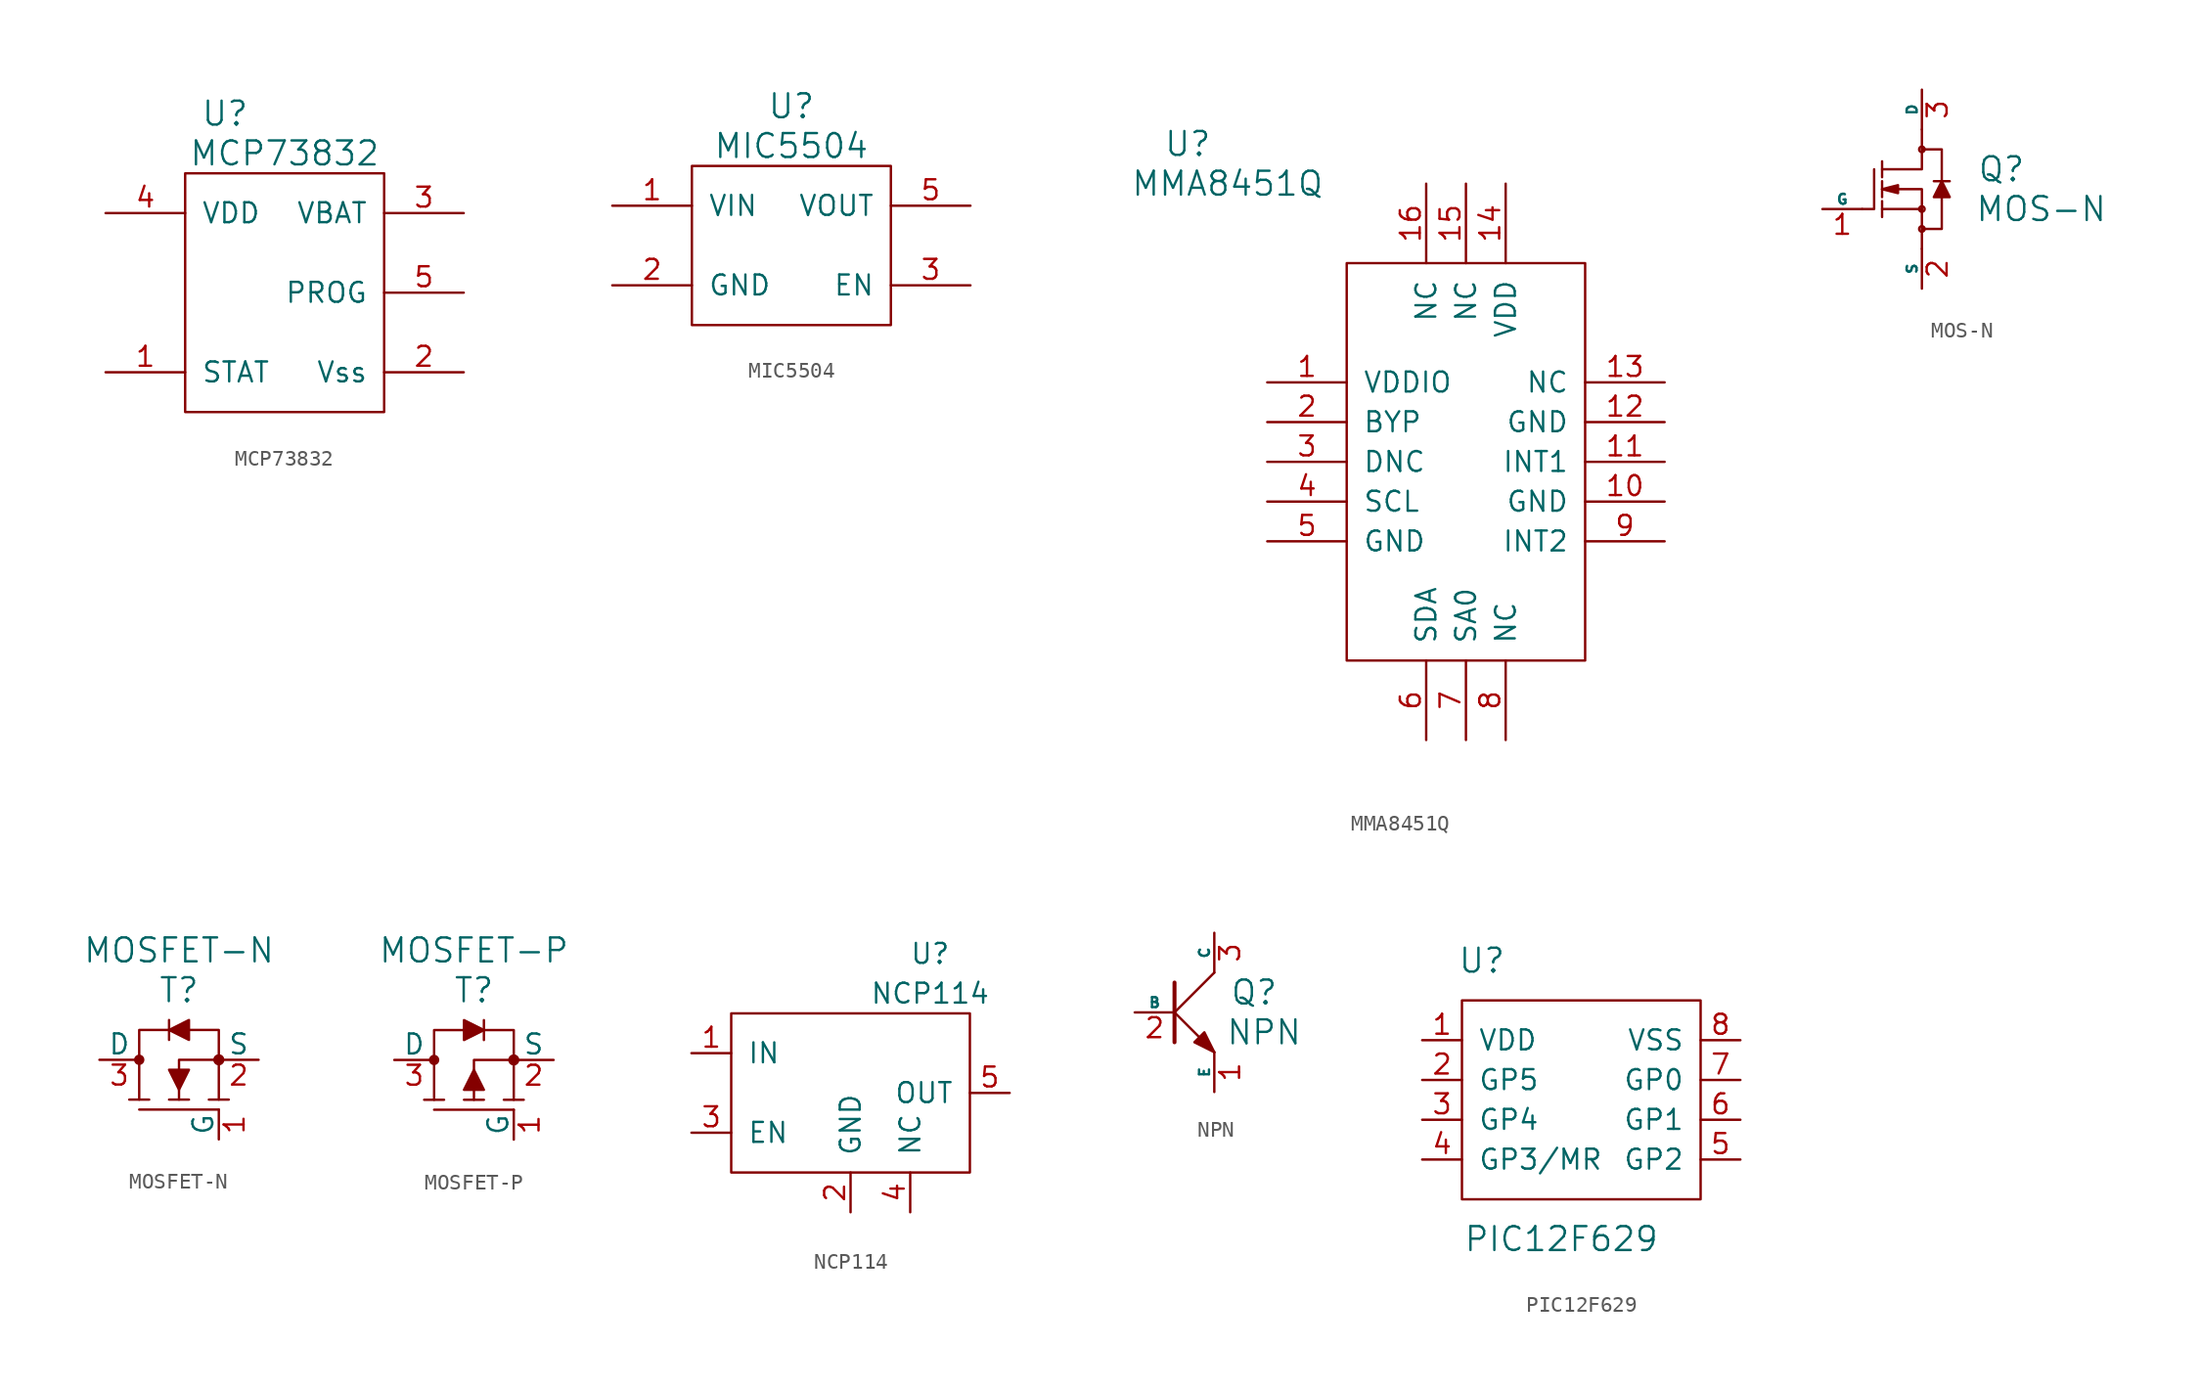
<source format=kicad_sym>
(kicad_symbol_lib
  (version 20211014)
  (generator kicad_symbol_editor)
  (symbol "MCP73832"
    (pin_names
      (offset 1.016))
    (property "Reference" "U"
      (at -3.81 11.43 0)
      (effects (font (size 1.524 1.524))))
    (property "Value" "MCP73832"
      (at 0 8.89 0)
      (effects (font (size 1.524 1.524))))
    (symbol "MCP73832_0_1"
      (rectangle (start 6.35 7.62) (end -6.35 -7.62) (stroke (width 0) (type default) (color 0 0 0 0)) (fill (type none))))
    (symbol "MCP73832_1_1"
      (pin open_emitter line (at -11.43 -5.08 0) (length 5.08) (name "STAT" (effects (font (size 1.27 1.27)))) (number "1" (effects (font (size 1.27 1.27)))))
      (pin power_in line (at 11.43 -5.08 180) (length 5.08) (name "Vss" (effects (font (size 1.27 1.27)))) (number "2" (effects (font (size 1.27 1.27)))))
      (pin passive line (at 11.43 5.08 180) (length 5.08) (name "VBAT" (effects (font (size 1.27 1.27)))) (number "3" (effects (font (size 1.27 1.27)))))
      (pin power_in line (at -11.43 5.08 0) (length 5.08) (name "VDD" (effects (font (size 1.27 1.27)))) (number "4" (effects (font (size 1.27 1.27)))))
      (pin input line (at 11.43 0 180) (length 5.08) (name "PROG" (effects (font (size 1.27 1.27)))) (number "5" (effects (font (size 1.27 1.27)))))))
  (symbol "MIC5504"
    (pin_names
      (offset 1.016))
    (property "Reference" "U"
      (at 0 8.89 0)
      (effects (font (size 1.524 1.524))))
    (property "Value" "MIC5504"
      (at 0 6.35 0)
      (effects (font (size 1.524 1.524))))
    (symbol "MIC5504_0_1"
      (rectangle (start 6.35 5.08) (end -6.35 -5.08) (stroke (width 0) (type default) (color 0 0 0 0)) (fill (type none))))
    (symbol "MIC5504_1_1"
      (pin input line (at -11.43 2.54 0) (length 5.08) (name "VIN" (effects (font (size 1.27 1.27)))) (number "1" (effects (font (size 1.27 1.27)))))
      (pin power_in line (at -11.43 -2.54 0) (length 5.08) (name "GND~{}" (effects (font (size 1.27 1.27)))) (number "2" (effects (font (size 1.27 1.27)))))
      (pin input line (at 11.43 -2.54 180) (length 5.08) (name "EN" (effects (font (size 1.27 1.27)))) (number "3" (effects (font (size 1.27 1.27)))))
      (pin passive line (at 0 -5.08 270) (length 0) hide (name "NC" (effects (font (size 1.27 1.27)))) (number "4" (effects (font (size 1.27 1.27)))))
      (pin power_out line (at 11.43 2.54 180) (length 5.08) (name "VOUT" (effects (font (size 1.27 1.27)))) (number "5" (effects (font (size 1.27 1.27)))))))
  (symbol "MMA8451Q"
    (pin_names
      (offset 1.016))
    (property "Reference" "U"
      (at -17.78 22.86 0)
      (effects (font (size 1.524 1.524))))
    (property "Value" "MMA8451Q"
      (at -15.24 20.32 0)
      (effects (font (size 1.524 1.524))))
    (symbol "MMA8451Q_0_1"
      (rectangle (start 7.62 15.24) (end -7.62 -10.16) (stroke (width 0) (type default) (color 0 0 0 0)) (fill (type none))))
    (symbol "MMA8451Q_1_1"
      (pin input line (at -12.7 7.62 0) (length 5.08) (name "VDDIO" (effects (font (size 1.27 1.27)))) (number "1" (effects (font (size 1.27 1.27)))))
      (pin input line (at 12.7 0 180) (length 5.08) (name "GND" (effects (font (size 1.27 1.27)))) (number "10" (effects (font (size 1.27 1.27)))))
      (pin input line (at 12.7 2.54 180) (length 5.08) (name "INT1" (effects (font (size 1.27 1.27)))) (number "11" (effects (font (size 1.27 1.27)))))
      (pin input line (at 12.7 5.08 180) (length 5.08) (name "GND" (effects (font (size 1.27 1.27)))) (number "12" (effects (font (size 1.27 1.27)))))
      (pin input line (at 12.7 7.62 180) (length 5.08) (name "NC" (effects (font (size 1.27 1.27)))) (number "13" (effects (font (size 1.27 1.27)))))
      (pin input line (at 2.54 20.32 270) (length 5.08) (name "VDD" (effects (font (size 1.27 1.27)))) (number "14" (effects (font (size 1.27 1.27)))))
      (pin input line (at 0 20.32 270) (length 5.08) (name "NC" (effects (font (size 1.27 1.27)))) (number "15" (effects (font (size 1.27 1.27)))))
      (pin input line (at -2.54 20.32 270) (length 5.08) (name "NC" (effects (font (size 1.27 1.27)))) (number "16" (effects (font (size 1.27 1.27)))))
      (pin input line (at -12.7 5.08 0) (length 5.08) (name "BYP" (effects (font (size 1.27 1.27)))) (number "2" (effects (font (size 1.27 1.27)))))
      (pin input line (at -12.7 2.54 0) (length 5.08) (name "DNC" (effects (font (size 1.27 1.27)))) (number "3" (effects (font (size 1.27 1.27)))))
      (pin input line (at -12.7 0 0) (length 5.08) (name "SCL" (effects (font (size 1.27 1.27)))) (number "4" (effects (font (size 1.27 1.27)))))
      (pin input line (at -12.7 -2.54 0) (length 5.08) (name "GND" (effects (font (size 1.27 1.27)))) (number "5" (effects (font (size 1.27 1.27)))))
      (pin input line (at -2.54 -15.24 90) (length 5.08) (name "SDA" (effects (font (size 1.27 1.27)))) (number "6" (effects (font (size 1.27 1.27)))))
      (pin input line (at 0 -15.24 90) (length 5.08) (name "SA0" (effects (font (size 1.27 1.27)))) (number "7" (effects (font (size 1.27 1.27)))))
      (pin input line (at 2.54 -15.24 90) (length 5.08) (name "NC" (effects (font (size 1.27 1.27)))) (number "8" (effects (font (size 1.27 1.27)))))
      (pin input line (at 12.7 -2.54 180) (length 5.08) (name "INT2" (effects (font (size 1.27 1.27)))) (number "9" (effects (font (size 1.27 1.27)))))))
  (symbol "MOS-N"
    (pin_names
      (offset 0))
    (property "Reference" "Q"
      (at 5.08 1.27 0)
      (effects (font (size 1.524 1.524))))
    (property "Value" "MOS-N"
      (at 7.62 -1.27 0)
      (effects (font (size 1.524 1.524))))
    (property "Footprint" ""
      (at 0 0 0)
      (effects (font (size 1.524 1.524))))
    (property "Datasheet" ""
      (at 0 0 0)
      (effects (font (size 1.524 1.524))))
    (symbol "MOS-N_0_1"
      (circle (center 0 -2.54) (radius 0.178) (stroke (width 0) (type default) (color 0 0 0 0)) (fill (type none)))
      (circle (center 0 -1.27) (radius 0.178) (stroke (width 0) (type default) (color 0 0 0 0)) (fill (type none)))
      (polyline (pts (xy -2.54 -0.762) (xy -2.54 -1.778)) (stroke (width 0) (type default) (color 0 0 0 0)) (fill (type none)))
      (polyline (pts (xy -2.54 0.508) (xy -2.54 -0.508)) (stroke (width 0) (type default) (color 0 0 0 0)) (fill (type none)))
      (polyline (pts (xy -2.54 1.778) (xy -2.54 0.762)) (stroke (width 0) (type default) (color 0 0 0 0)) (fill (type none)))
      (polyline (pts (xy 0.762 0.508) (xy 1.778 0.508)) (stroke (width 0) (type default) (color 0 0 0 0)) (fill (type none)))
      (polyline (pts (xy -3.81 -1.27) (xy -3.048 -1.27) (xy -3.048 1.27)) (stroke (width 0) (type default) (color 0 0 0 0)) (fill (type none)))
      (polyline (pts (xy -2.54 -1.27) (xy 0 -1.27) (xy 0 -3.81)) (stroke (width 0) (type default) (color 0 0 0 0)) (fill (type none)))
      (polyline (pts (xy -2.54 0) (xy 0 0) (xy 0 -1.27)) (stroke (width 0) (type default) (color 0 0 0 0)) (fill (type none)))
      (polyline (pts (xy 0 3.81) (xy 0 1.27) (xy -2.54 1.27)) (stroke (width 0) (type default) (color 0 0 0 0)) (fill (type none)))
      (polyline (pts (xy -2.54 0) (xy -1.524 0.254) (xy -1.524 -0.254) (xy -2.54 0)) (stroke (width 0) (type default) (color 0 0 0 0)) (fill (type outline)))
      (polyline (pts (xy 0 2.54) (xy 1.27 2.54) (xy 1.27 -2.54) (xy 0 -2.54)) (stroke (width 0) (type default) (color 0 0 0 0)) (fill (type none)))
      (polyline (pts (xy 0.762 -0.508) (xy 1.778 -0.508) (xy 1.27 0.508) (xy 0.762 -0.508)) (stroke (width 0) (type default) (color 0 0 0 0)) (fill (type outline)))
      (circle (center 0 2.54) (radius 0.178) (stroke (width 0) (type default) (color 0 0 0 0)) (fill (type none))))
    (symbol "MOS-N_1_1"
      (pin passive line (at -6.35 -1.27 0) (length 2.54) (name "G" (effects (font (size 0.635 0.635)))) (number "1" (effects (font (size 1.27 1.27)))))
      (pin passive line (at 0 -6.35 90) (length 2.54) (name "S" (effects (font (size 0.635 0.635)))) (number "2" (effects (font (size 1.27 1.27)))))
      (pin passive line (at 0 6.35 270) (length 2.54) (name "D" (effects (font (size 0.635 0.635)))) (number "3" (effects (font (size 1.27 1.27)))))))
  (symbol "MOSFET-N"
    (pin_names
      (offset 0))
    (property "Reference" "T"
      (at 0 4.445 0)
      (effects (font (size 1.524 1.524))))
    (property "Value" "MOSFET-N"
      (at 0 6.985 0)
      (effects (font (size 1.524 1.524))))
    (symbol "MOSFET-N_0_1"
      (circle (center -2.54 0) (radius 0.254) (stroke (width 0) (type default) (color 0 0 0 0)) (fill (type outline)))
      (polyline (pts (xy -2.54 -2.54) (xy -2.54 0)) (stroke (width 0) (type default) (color 0 0 0 0)) (fill (type none)))
      (polyline (pts (xy -1.905 -2.54) (xy -3.175 -2.54)) (stroke (width 0) (type default) (color 0 0 0 0)) (fill (type none)))
      (polyline (pts (xy -0.635 2.54) (xy -0.635 1.27)) (stroke (width 0) (type default) (color 0 0 0 0)) (fill (type none)))
      (polyline (pts (xy 0 -2.54) (xy 0 -1.905)) (stroke (width 0) (type default) (color 0 0 0 0)) (fill (type none)))
      (polyline (pts (xy 0.635 -2.54) (xy -0.635 -2.54)) (stroke (width 0) (type default) (color 0 0 0 0)) (fill (type none)))
      (polyline (pts (xy 1.905 -2.54) (xy 3.175 -2.54)) (stroke (width 0) (type default) (color 0 0 0 0)) (fill (type none)))
      (polyline (pts (xy 2.54 -3.175) (xy -2.54 -3.175)) (stroke (width 0) (type default) (color 0 0 0 0)) (fill (type none)))
      (polyline (pts (xy 2.54 -2.54) (xy 2.54 0)) (stroke (width 0) (type default) (color 0 0 0 0)) (fill (type none)))
      (polyline (pts (xy -0.635 1.905) (xy -2.54 1.905) (xy -2.54 0)) (stroke (width 0) (type default) (color 0 0 0 0)) (fill (type none)))
      (polyline (pts (xy 0 -0.635) (xy 0 0) (xy 2.54 0)) (stroke (width 0) (type default) (color 0 0 0 0)) (fill (type none)))
      (polyline (pts (xy 0.635 1.905) (xy 2.54 1.905) (xy 2.54 0)) (stroke (width 0) (type default) (color 0 0 0 0)) (fill (type none)))
      (polyline (pts (xy -0.635 -0.635) (xy 0.635 -0.635) (xy 0 -1.905) (xy -0.635 -0.635)) (stroke (width 0) (type default) (color 0 0 0 0)) (fill (type outline)))
      (polyline (pts (xy -0.635 1.905) (xy 0.635 2.54) (xy 0.635 1.27) (xy -0.635 1.905)) (stroke (width 0) (type default) (color 0 0 0 0)) (fill (type outline)))
      (circle (center 2.54 0) (radius 0.279) (stroke (width 0) (type default) (color 0 0 0 0)) (fill (type outline))))
    (symbol "MOSFET-N_1_1"
      (pin passive line (at 2.54 -5.08 90) (length 1.905) (name "G" (effects (font (size 1.27 1.27)))) (number "1" (effects (font (size 1.27 1.27)))))
      (pin passive line (at 5.08 0 180) (length 2.54) (name "S" (effects (font (size 1.27 1.27)))) (number "2" (effects (font (size 1.27 1.27)))))
      (pin passive line (at -5.08 0 0) (length 2.54) (name "D" (effects (font (size 1.27 1.27)))) (number "3" (effects (font (size 1.27 1.27)))))))
  (symbol "MOSFET-P"
    (pin_names
      (offset 0))
    (property "Reference" "T"
      (at 0 4.445 0)
      (effects (font (size 1.524 1.524))))
    (property "Value" "MOSFET-P"
      (at 0 6.985 0)
      (effects (font (size 1.524 1.524))))
    (symbol "MOSFET-P_0_1"
      (circle (center -2.54 0) (radius 0.254) (stroke (width 0) (type default) (color 0 0 0 0)) (fill (type outline)))
      (polyline (pts (xy -2.54 -2.54) (xy -2.54 0)) (stroke (width 0) (type default) (color 0 0 0 0)) (fill (type none)))
      (polyline (pts (xy -1.905 -2.54) (xy -3.175 -2.54)) (stroke (width 0) (type default) (color 0 0 0 0)) (fill (type none)))
      (polyline (pts (xy 0 -2.54) (xy 0 -1.905)) (stroke (width 0) (type default) (color 0 0 0 0)) (fill (type none)))
      (polyline (pts (xy 0.635 -2.54) (xy -0.635 -2.54)) (stroke (width 0) (type default) (color 0 0 0 0)) (fill (type none)))
      (polyline (pts (xy 0.635 2.54) (xy 0.635 1.27)) (stroke (width 0) (type default) (color 0 0 0 0)) (fill (type none)))
      (polyline (pts (xy 1.905 -2.54) (xy 3.175 -2.54)) (stroke (width 0) (type default) (color 0 0 0 0)) (fill (type none)))
      (polyline (pts (xy 2.54 -3.175) (xy -2.54 -3.175)) (stroke (width 0) (type default) (color 0 0 0 0)) (fill (type none)))
      (polyline (pts (xy 2.54 -2.54) (xy 2.54 0)) (stroke (width 0) (type default) (color 0 0 0 0)) (fill (type none)))
      (polyline (pts (xy -0.635 1.905) (xy -2.54 1.905) (xy -2.54 0)) (stroke (width 0) (type default) (color 0 0 0 0)) (fill (type none)))
      (polyline (pts (xy 0 -0.635) (xy 0 0) (xy 2.54 0)) (stroke (width 0) (type default) (color 0 0 0 0)) (fill (type none)))
      (polyline (pts (xy 0.635 1.905) (xy 2.54 1.905) (xy 2.54 0)) (stroke (width 0) (type default) (color 0 0 0 0)) (fill (type none)))
      (polyline (pts (xy 0 -0.635) (xy -0.635 -1.905) (xy 0.635 -1.905) (xy 0 -0.635)) (stroke (width 0) (type default) (color 0 0 0 0)) (fill (type outline)))
      (polyline (pts (xy 0.635 1.905) (xy -0.635 2.54) (xy -0.635 1.27) (xy 0.635 1.905)) (stroke (width 0) (type default) (color 0 0 0 0)) (fill (type outline)))
      (circle (center 2.54 0) (radius 0.279) (stroke (width 0) (type default) (color 0 0 0 0)) (fill (type outline))))
    (symbol "MOSFET-P_1_1"
      (pin passive line (at 2.54 -5.08 90) (length 1.905) (name "G" (effects (font (size 1.27 1.27)))) (number "1" (effects (font (size 1.27 1.27)))))
      (pin passive line (at 5.08 0 180) (length 2.54) (name "S" (effects (font (size 1.27 1.27)))) (number "2" (effects (font (size 1.27 1.27)))))
      (pin passive line (at -5.08 0 0) (length 2.54) (name "D" (effects (font (size 1.27 1.27)))) (number "3" (effects (font (size 1.27 1.27)))))))
  (symbol "NCP114"
    (pin_names
      (offset 1.016))
    (property "Reference" "U"
      (at 5.08 8.89 0)
      (effects (font (size 1.27 1.27))))
    (property "Value" "NCP114"
      (at 5.08 6.35 0)
      (effects (font (size 1.27 1.27))))
    (symbol "NCP114_0_1"
      (rectangle (start -7.62 5.08) (end 7.62 -5.08) (stroke (width 0) (type default) (color 0 0 0 0)) (fill (type none))))
    (symbol "NCP114_1_1"
      (pin power_in line (at -10.16 2.54 0) (length 2.54) (name "IN" (effects (font (size 1.27 1.27)))) (number "1" (effects (font (size 1.27 1.27)))))
      (pin power_in line (at 0 -7.62 90) (length 2.54) (name "GND" (effects (font (size 1.27 1.27)))) (number "2" (effects (font (size 1.27 1.27)))))
      (pin input line (at -10.16 -2.54 0) (length 2.54) (name "EN" (effects (font (size 1.27 1.27)))) (number "3" (effects (font (size 1.27 1.27)))))
      (pin passive line (at 3.81 -7.62 90) (length 2.54) (name "NC" (effects (font (size 1.27 1.27)))) (number "4" (effects (font (size 1.27 1.27)))))
      (pin power_out line (at 10.16 0 180) (length 2.54) (name "OUT" (effects (font (size 1.27 1.27)))) (number "5" (effects (font (size 1.27 1.27)))))))
  (symbol "NPN"
    (pin_names
      (offset 0))
    (property "Reference" "Q"
      (at 3.81 1.27 0)
      (effects (font (size 1.524 1.524))))
    (property "Value" "NPN"
      (at 4.445 -1.27 0)
      (effects (font (size 1.524 1.524))))
    (property "Footprint" ""
      (at 0 0 0)
      (effects (font (size 1.524 1.524))))
    (property "Datasheet" ""
      (at 0 0 0)
      (effects (font (size 1.524 1.524))))
    (symbol "NPN_0_1"
      (polyline (pts (xy -1.27 0) (xy 1.27 -2.54)) (stroke (width 0) (type default) (color 0 0 0 0)) (fill (type none)))
      (polyline (pts (xy -1.27 0) (xy 1.27 2.54)) (stroke (width 0) (type default) (color 0 0 0 0)) (fill (type none)))
      (polyline (pts (xy -1.27 1.905) (xy -1.27 -1.905)) (stroke (width 0.254) (type default) (color 0 0 0 0)) (fill (type none)))
      (polyline (pts (xy 1.27 -2.54) (xy 0.635 -1.27) (xy 0 -1.905) (xy 1.27 -2.54)) (stroke (width 0) (type default) (color 0 0 0 0)) (fill (type outline))))
    (symbol "NPN_1_1"
      (pin passive line (at 1.27 -5.08 90) (length 2.54) (name "E" (effects (font (size 0.635 0.635)))) (number "1" (effects (font (size 1.27 1.27)))))
      (pin passive line (at -3.81 0 0) (length 2.54) (name "B" (effects (font (size 0.635 0.635)))) (number "2" (effects (font (size 1.27 1.27)))))
      (pin passive line (at 1.27 5.08 270) (length 2.54) (name "C" (effects (font (size 0.635 0.635)))) (number "3" (effects (font (size 1.27 1.27)))))))
  (symbol "PIC12F629"
    (pin_names
      (offset 1.016))
    (property "Reference" "U"
      (at -6.35 8.89 0)
      (effects (font (size 1.524 1.524))))
    (property "Value" "PIC12F629"
      (at -1.27 -8.89 0)
      (effects (font (size 1.524 1.524))))
    (property "Footprint" ""
      (at 0 0 0)
      (effects (font (size 1.524 1.524))))
    (property "Datasheet" ""
      (at 0 0 0)
      (effects (font (size 1.524 1.524))))
    (symbol "PIC12F629_0_1"
      (rectangle (start -7.62 6.35) (end 7.62 -6.35) (stroke (width 0) (type default) (color 0 0 0 0)) (fill (type none))))
    (symbol "PIC12F629_1_1"
      (pin power_in line (at -10.16 3.81 0) (length 2.54) (name "VDD" (effects (font (size 1.27 1.27)))) (number "1" (effects (font (size 1.27 1.27)))))
      (pin bidirectional line (at -10.16 1.27 0) (length 2.54) (name "GP5" (effects (font (size 1.27 1.27)))) (number "2" (effects (font (size 1.27 1.27)))))
      (pin bidirectional line (at -10.16 -1.27 0) (length 2.54) (name "GP4" (effects (font (size 1.27 1.27)))) (number "3" (effects (font (size 1.27 1.27)))))
      (pin input line (at -10.16 -3.81 0) (length 2.54) (name "GP3/MR" (effects (font (size 1.27 1.27)))) (number "4" (effects (font (size 1.27 1.27)))))
      (pin bidirectional line (at 10.16 -3.81 180) (length 2.54) (name "GP2" (effects (font (size 1.27 1.27)))) (number "5" (effects (font (size 1.27 1.27)))))
      (pin bidirectional line (at 10.16 -1.27 180) (length 2.54) (name "GP1" (effects (font (size 1.27 1.27)))) (number "6" (effects (font (size 1.27 1.27)))))
      (pin bidirectional line (at 10.16 1.27 180) (length 2.54) (name "GP0" (effects (font (size 1.27 1.27)))) (number "7" (effects (font (size 1.27 1.27)))))
      (pin power_in line (at 10.16 3.81 180) (length 2.54) (name "VSS" (effects (font (size 1.27 1.27)))) (number "8" (effects (font (size 1.27 1.27))))))))
</source>
